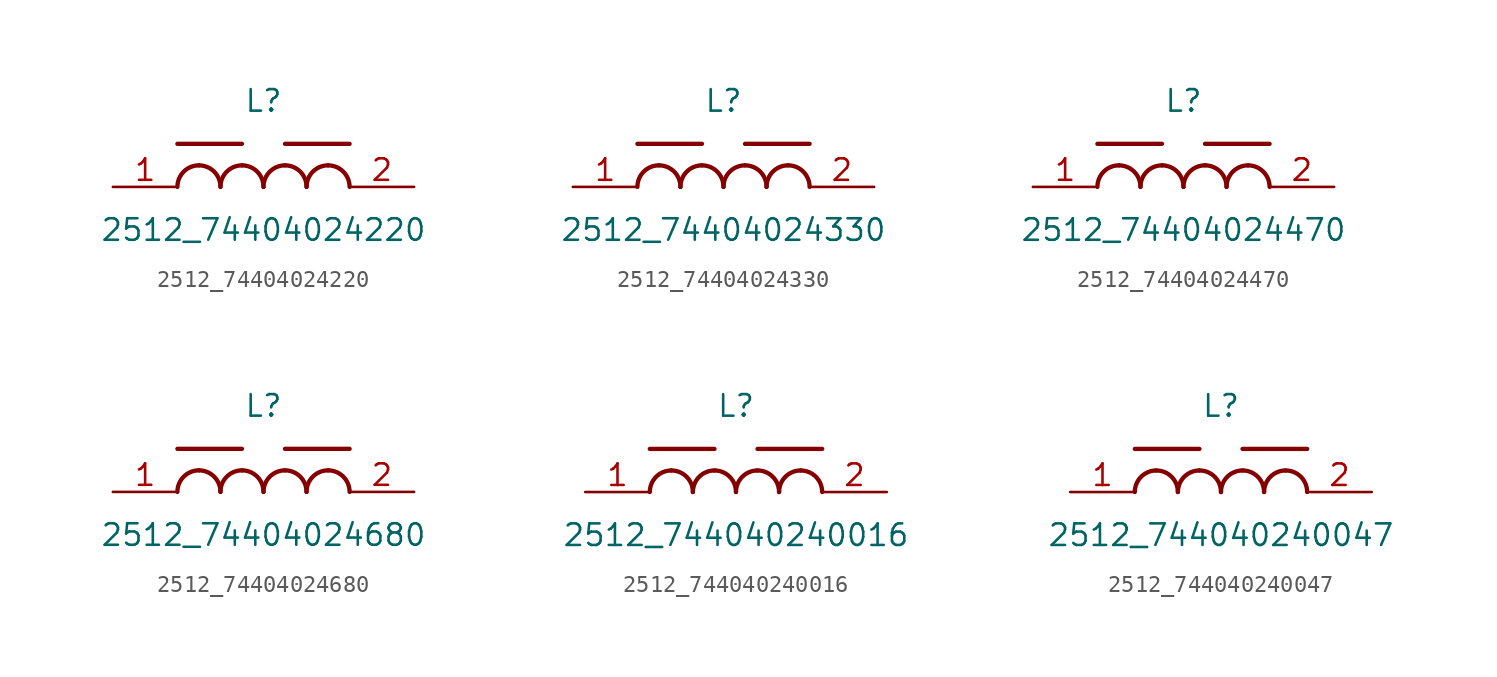
<source format=kicad_sym>
(kicad_symbol_lib
  (version 20211014)
  (generator kicad_symbol_editor)
  (symbol "Inductor_Wurth_WE-LQS:2512_74404024220"
    (pin_names hide)
    (property "Reference" "L"
      (at 0 5.08 0)
      (effects (font (size 1.27 1.27))))
    (property "Value" "2512_74404024220"
      (at 0 -2.54 0)
      (effects (font (size 1.27 1.27))))
    (symbol "2512_74404024220_0_1"
      (arc (start -3.81 1.27) (mid -4.708 0.898) (end -5.08 0) (stroke (width 0.254) (type default) (color 0 0 0 0)) (fill (type none)))
      (arc (start -2.54 0) (mid -2.912 0.898) (end -3.81 1.27) (stroke (width 0.254) (type default) (color 0 0 0 0)) (fill (type none)))
      (arc (start -1.2699 1.2701) (mid -2.1679 0.8981) (end -2.5399 0.0001) (stroke (width 0.254) (type default) (color 0 0 0 0)) (fill (type none)))
      (polyline (pts (xy -5.08 2.54) (xy -1.27 2.54)) (stroke (width 0.254) (type default) (color 0 0 0 0)) (fill (type none)))
      (polyline (pts (xy 5.08 2.54) (xy 1.27 2.54)) (stroke (width 0.254) (type default) (color 0 0 0 0)) (fill (type none)))
      (arc (start 0.0001 0.0001) (mid -0.3719 0.8981) (end -1.2699 1.2701) (stroke (width 0.254) (type default) (color 0 0 0 0)) (fill (type none)))
      (arc (start 1.2701 1.2701) (mid 0.3721 0.8981) (end 0.0001 0.0001) (stroke (width 0.254) (type default) (color 0 0 0 0)) (fill (type none)))
      (arc (start 2.5401 0.0001) (mid 2.1681 0.8981) (end 1.2701 1.2701) (stroke (width 0.254) (type default) (color 0 0 0 0)) (fill (type none)))
      (arc (start 3.8101 1.2701) (mid 2.9121 0.8981) (end 2.5401 0.0001) (stroke (width 0.254) (type default) (color 0 0 0 0)) (fill (type none)))
      (arc (start 5.0801 0.0001) (mid 4.7081 0.8981) (end 3.8101 1.2701) (stroke (width 0.254) (type default) (color 0 0 0 0)) (fill (type none))))
    (symbol "2512_74404024220_1_1"
      (pin passive line (at -8.89 0 0) (length 3.81) (name "1" (effects (font (size 1.27 1.27)))) (number "1" (effects (font (size 1.27 1.27)))))
      (pin passive line (at 8.89 0 180) (length 3.81) (name "2" (effects (font (size 1.27 1.27)))) (number "2" (effects (font (size 1.27 1.27)))))))
  (symbol "Inductor_Wurth_WE-LQS:2512_74404024330"
    (pin_names hide)
    (property "Reference" "L"
      (at 0 5.08 0)
      (effects (font (size 1.27 1.27))))
    (property "Value" "2512_74404024330"
      (at 0 -2.54 0)
      (effects (font (size 1.27 1.27))))
    (symbol "2512_74404024330_0_1"
      (arc (start -3.81 1.27) (mid -4.708 0.898) (end -5.08 0) (stroke (width 0.254) (type default) (color 0 0 0 0)) (fill (type none)))
      (arc (start -2.54 0) (mid -2.912 0.898) (end -3.81 1.27) (stroke (width 0.254) (type default) (color 0 0 0 0)) (fill (type none)))
      (arc (start -1.2699 1.2701) (mid -2.1679 0.8981) (end -2.5399 0.0001) (stroke (width 0.254) (type default) (color 0 0 0 0)) (fill (type none)))
      (polyline (pts (xy -5.08 2.54) (xy -1.27 2.54)) (stroke (width 0.254) (type default) (color 0 0 0 0)) (fill (type none)))
      (polyline (pts (xy 5.08 2.54) (xy 1.27 2.54)) (stroke (width 0.254) (type default) (color 0 0 0 0)) (fill (type none)))
      (arc (start 0.0001 0.0001) (mid -0.3719 0.8981) (end -1.2699 1.2701) (stroke (width 0.254) (type default) (color 0 0 0 0)) (fill (type none)))
      (arc (start 1.2701 1.2701) (mid 0.3721 0.8981) (end 0.0001 0.0001) (stroke (width 0.254) (type default) (color 0 0 0 0)) (fill (type none)))
      (arc (start 2.5401 0.0001) (mid 2.1681 0.8981) (end 1.2701 1.2701) (stroke (width 0.254) (type default) (color 0 0 0 0)) (fill (type none)))
      (arc (start 3.8101 1.2701) (mid 2.9121 0.8981) (end 2.5401 0.0001) (stroke (width 0.254) (type default) (color 0 0 0 0)) (fill (type none)))
      (arc (start 5.0801 0.0001) (mid 4.7081 0.8981) (end 3.8101 1.2701) (stroke (width 0.254) (type default) (color 0 0 0 0)) (fill (type none))))
    (symbol "2512_74404024330_1_1"
      (pin passive line (at -8.89 0 0) (length 3.81) (name "1" (effects (font (size 1.27 1.27)))) (number "1" (effects (font (size 1.27 1.27)))))
      (pin passive line (at 8.89 0 180) (length 3.81) (name "2" (effects (font (size 1.27 1.27)))) (number "2" (effects (font (size 1.27 1.27)))))))
  (symbol "Inductor_Wurth_WE-LQS:2512_74404024470"
    (pin_names hide)
    (property "Reference" "L"
      (at 0 5.08 0)
      (effects (font (size 1.27 1.27))))
    (property "Value" "2512_74404024470"
      (at 0 -2.54 0)
      (effects (font (size 1.27 1.27))))
    (symbol "2512_74404024470_0_1"
      (arc (start -3.81 1.27) (mid -4.708 0.898) (end -5.08 0) (stroke (width 0.254) (type default) (color 0 0 0 0)) (fill (type none)))
      (arc (start -2.54 0) (mid -2.912 0.898) (end -3.81 1.27) (stroke (width 0.254) (type default) (color 0 0 0 0)) (fill (type none)))
      (arc (start -1.2699 1.2701) (mid -2.1679 0.8981) (end -2.5399 0.0001) (stroke (width 0.254) (type default) (color 0 0 0 0)) (fill (type none)))
      (polyline (pts (xy -5.08 2.54) (xy -1.27 2.54)) (stroke (width 0.254) (type default) (color 0 0 0 0)) (fill (type none)))
      (polyline (pts (xy 5.08 2.54) (xy 1.27 2.54)) (stroke (width 0.254) (type default) (color 0 0 0 0)) (fill (type none)))
      (arc (start 0.0001 0.0001) (mid -0.3719 0.8981) (end -1.2699 1.2701) (stroke (width 0.254) (type default) (color 0 0 0 0)) (fill (type none)))
      (arc (start 1.2701 1.2701) (mid 0.3721 0.8981) (end 0.0001 0.0001) (stroke (width 0.254) (type default) (color 0 0 0 0)) (fill (type none)))
      (arc (start 2.5401 0.0001) (mid 2.1681 0.8981) (end 1.2701 1.2701) (stroke (width 0.254) (type default) (color 0 0 0 0)) (fill (type none)))
      (arc (start 3.8101 1.2701) (mid 2.9121 0.8981) (end 2.5401 0.0001) (stroke (width 0.254) (type default) (color 0 0 0 0)) (fill (type none)))
      (arc (start 5.0801 0.0001) (mid 4.7081 0.8981) (end 3.8101 1.2701) (stroke (width 0.254) (type default) (color 0 0 0 0)) (fill (type none))))
    (symbol "2512_74404024470_1_1"
      (pin passive line (at -8.89 0 0) (length 3.81) (name "1" (effects (font (size 1.27 1.27)))) (number "1" (effects (font (size 1.27 1.27)))))
      (pin passive line (at 8.89 0 180) (length 3.81) (name "2" (effects (font (size 1.27 1.27)))) (number "2" (effects (font (size 1.27 1.27)))))))
  (symbol "Inductor_Wurth_WE-LQS:2512_74404024680"
    (pin_names hide)
    (property "Reference" "L"
      (at 0 5.08 0)
      (effects (font (size 1.27 1.27))))
    (property "Value" "2512_74404024680"
      (at 0 -2.54 0)
      (effects (font (size 1.27 1.27))))
    (symbol "2512_74404024680_0_1"
      (arc (start -3.81 1.27) (mid -4.708 0.898) (end -5.08 0) (stroke (width 0.254) (type default) (color 0 0 0 0)) (fill (type none)))
      (arc (start -2.54 0) (mid -2.912 0.898) (end -3.81 1.27) (stroke (width 0.254) (type default) (color 0 0 0 0)) (fill (type none)))
      (arc (start -1.2699 1.2701) (mid -2.1679 0.8981) (end -2.5399 0.0001) (stroke (width 0.254) (type default) (color 0 0 0 0)) (fill (type none)))
      (polyline (pts (xy -5.08 2.54) (xy -1.27 2.54)) (stroke (width 0.254) (type default) (color 0 0 0 0)) (fill (type none)))
      (polyline (pts (xy 5.08 2.54) (xy 1.27 2.54)) (stroke (width 0.254) (type default) (color 0 0 0 0)) (fill (type none)))
      (arc (start 0.0001 0.0001) (mid -0.3719 0.8981) (end -1.2699 1.2701) (stroke (width 0.254) (type default) (color 0 0 0 0)) (fill (type none)))
      (arc (start 1.2701 1.2701) (mid 0.3721 0.8981) (end 0.0001 0.0001) (stroke (width 0.254) (type default) (color 0 0 0 0)) (fill (type none)))
      (arc (start 2.5401 0.0001) (mid 2.1681 0.8981) (end 1.2701 1.2701) (stroke (width 0.254) (type default) (color 0 0 0 0)) (fill (type none)))
      (arc (start 3.8101 1.2701) (mid 2.9121 0.8981) (end 2.5401 0.0001) (stroke (width 0.254) (type default) (color 0 0 0 0)) (fill (type none)))
      (arc (start 5.0801 0.0001) (mid 4.7081 0.8981) (end 3.8101 1.2701) (stroke (width 0.254) (type default) (color 0 0 0 0)) (fill (type none))))
    (symbol "2512_74404024680_1_1"
      (pin passive line (at -8.89 0 0) (length 3.81) (name "1" (effects (font (size 1.27 1.27)))) (number "1" (effects (font (size 1.27 1.27)))))
      (pin passive line (at 8.89 0 180) (length 3.81) (name "2" (effects (font (size 1.27 1.27)))) (number "2" (effects (font (size 1.27 1.27)))))))
  (symbol "Inductor_Wurth_WE-LQS:2512_744040240016"
    (pin_names hide)
    (property "Reference" "L"
      (at 0 5.08 0)
      (effects (font (size 1.27 1.27))))
    (property "Value" "2512_744040240016"
      (at 0 -2.54 0)
      (effects (font (size 1.27 1.27))))
    (symbol "2512_744040240016_0_1"
      (arc (start -3.81 1.27) (mid -4.708 0.898) (end -5.08 0) (stroke (width 0.254) (type default) (color 0 0 0 0)) (fill (type none)))
      (arc (start -2.54 0) (mid -2.912 0.898) (end -3.81 1.27) (stroke (width 0.254) (type default) (color 0 0 0 0)) (fill (type none)))
      (arc (start -1.2699 1.2701) (mid -2.1679 0.8981) (end -2.5399 0.0001) (stroke (width 0.254) (type default) (color 0 0 0 0)) (fill (type none)))
      (polyline (pts (xy -5.08 2.54) (xy -1.27 2.54)) (stroke (width 0.254) (type default) (color 0 0 0 0)) (fill (type none)))
      (polyline (pts (xy 5.08 2.54) (xy 1.27 2.54)) (stroke (width 0.254) (type default) (color 0 0 0 0)) (fill (type none)))
      (arc (start 0.0001 0.0001) (mid -0.3719 0.8981) (end -1.2699 1.2701) (stroke (width 0.254) (type default) (color 0 0 0 0)) (fill (type none)))
      (arc (start 1.2701 1.2701) (mid 0.3721 0.8981) (end 0.0001 0.0001) (stroke (width 0.254) (type default) (color 0 0 0 0)) (fill (type none)))
      (arc (start 2.5401 0.0001) (mid 2.1681 0.8981) (end 1.2701 1.2701) (stroke (width 0.254) (type default) (color 0 0 0 0)) (fill (type none)))
      (arc (start 3.8101 1.2701) (mid 2.9121 0.8981) (end 2.5401 0.0001) (stroke (width 0.254) (type default) (color 0 0 0 0)) (fill (type none)))
      (arc (start 5.0801 0.0001) (mid 4.7081 0.8981) (end 3.8101 1.2701) (stroke (width 0.254) (type default) (color 0 0 0 0)) (fill (type none))))
    (symbol "2512_744040240016_1_1"
      (pin passive line (at -8.89 0 0) (length 3.81) (name "1" (effects (font (size 1.27 1.27)))) (number "1" (effects (font (size 1.27 1.27)))))
      (pin passive line (at 8.89 0 180) (length 3.81) (name "2" (effects (font (size 1.27 1.27)))) (number "2" (effects (font (size 1.27 1.27)))))))
  (symbol "Inductor_Wurth_WE-LQS:2512_744040240047"
    (pin_names hide)
    (property "Reference" "L"
      (at 0 5.08 0)
      (effects (font (size 1.27 1.27))))
    (property "Value" "2512_744040240047"
      (at 0 -2.54 0)
      (effects (font (size 1.27 1.27))))
    (symbol "2512_744040240047_0_1"
      (arc (start -3.81 1.27) (mid -4.708 0.898) (end -5.08 0) (stroke (width 0.254) (type default) (color 0 0 0 0)) (fill (type none)))
      (arc (start -2.54 0) (mid -2.912 0.898) (end -3.81 1.27) (stroke (width 0.254) (type default) (color 0 0 0 0)) (fill (type none)))
      (arc (start -1.2699 1.2701) (mid -2.1679 0.8981) (end -2.5399 0.0001) (stroke (width 0.254) (type default) (color 0 0 0 0)) (fill (type none)))
      (polyline (pts (xy -5.08 2.54) (xy -1.27 2.54)) (stroke (width 0.254) (type default) (color 0 0 0 0)) (fill (type none)))
      (polyline (pts (xy 5.08 2.54) (xy 1.27 2.54)) (stroke (width 0.254) (type default) (color 0 0 0 0)) (fill (type none)))
      (arc (start 0.0001 0.0001) (mid -0.3719 0.8981) (end -1.2699 1.2701) (stroke (width 0.254) (type default) (color 0 0 0 0)) (fill (type none)))
      (arc (start 1.2701 1.2701) (mid 0.3721 0.8981) (end 0.0001 0.0001) (stroke (width 0.254) (type default) (color 0 0 0 0)) (fill (type none)))
      (arc (start 2.5401 0.0001) (mid 2.1681 0.8981) (end 1.2701 1.2701) (stroke (width 0.254) (type default) (color 0 0 0 0)) (fill (type none)))
      (arc (start 3.8101 1.2701) (mid 2.9121 0.8981) (end 2.5401 0.0001) (stroke (width 0.254) (type default) (color 0 0 0 0)) (fill (type none)))
      (arc (start 5.0801 0.0001) (mid 4.7081 0.8981) (end 3.8101 1.2701) (stroke (width 0.254) (type default) (color 0 0 0 0)) (fill (type none))))
    (symbol "2512_744040240047_1_1"
      (pin passive line (at -8.89 0 0) (length 3.81) (name "1" (effects (font (size 1.27 1.27)))) (number "1" (effects (font (size 1.27 1.27)))))
      (pin passive line (at 8.89 0 180) (length 3.81) (name "2" (effects (font (size 1.27 1.27)))) (number "2" (effects (font (size 1.27 1.27))))))))
</source>
